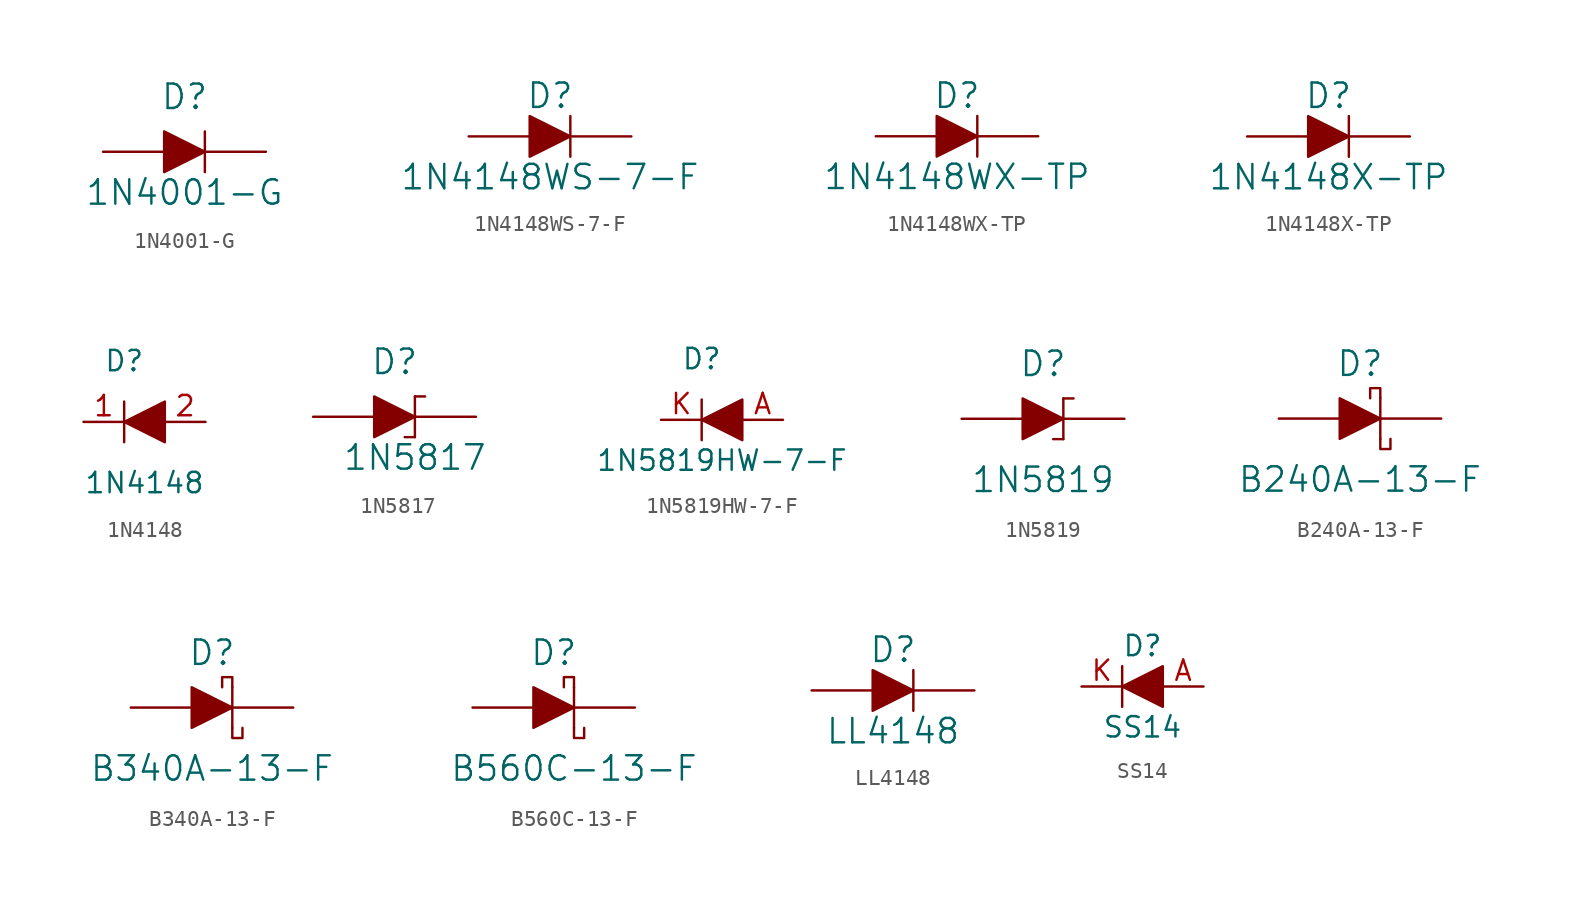
<source format=kicad_sym>
(kicad_symbol_lib
  (version 20211014)
  (generator kicad_symbol_editor)
  (symbol "1N4001-G"
    (pin_numbers hide)
    (pin_names
      (offset 0) hide)
    (property "Reference" "D"
      (at 0 2.54 0)
      (effects (font (size 1.524 1.524)) (justify bottom)))
    (property "Value" "1N4001-G"
      (at 0 -2.54 0)
      (effects (font (size 1.524 1.524))))
    (symbol "1N4001-G_0_1"
      (polyline (pts (xy 1.27 1.27) (xy 1.27 -1.27)) (stroke (width 0) (type default) (color 0 0 0 0)) (fill (type none)))
      (polyline (pts (xy -1.27 1.27) (xy -1.27 -1.27) (xy 1.27 0) (xy -1.27 1.27)) (stroke (width 0) (type default) (color 0 0 0 0)) (fill (type outline))))
    (symbol "1N4001-G_1_1"
      (pin passive line (at -5.08 0 0) (length 3.81) (name "~" (effects (font (size 1.27 1.27)))) (number "A" (effects (font (size 1.27 1.27)))))
      (pin passive line (at 5.08 0 180) (length 3.81) (name "~" (effects (font (size 1.27 1.27)))) (number "K" (effects (font (size 1.27 1.27)))))))
  (symbol "1N4148WS-7-F"
    (pin_numbers hide)
    (pin_names
      (offset 0) hide)
    (property "Reference" "D"
      (at 0 2.54 0)
      (effects (font (size 1.524 1.524))))
    (property "Value" "1N4148WS-7-F"
      (at 0 -2.54 0)
      (effects (font (size 1.524 1.524))))
    (symbol "1N4148WS-7-F_0_1"
      (polyline (pts (xy 1.27 1.27) (xy 1.27 -1.27)) (stroke (width 0) (type default) (color 0 0 0 0)) (fill (type none)))
      (polyline (pts (xy -1.27 1.27) (xy -1.27 -1.27) (xy 1.27 0) (xy -1.27 1.27)) (stroke (width 0) (type default) (color 0 0 0 0)) (fill (type outline))))
    (symbol "1N4148WS-7-F_1_1"
      (pin passive line (at -5.08 0 0) (length 3.81) (name "~" (effects (font (size 1.27 1.27)))) (number "A" (effects (font (size 1.27 1.27)))))
      (pin passive line (at 5.08 0 180) (length 3.81) (name "~" (effects (font (size 1.27 1.27)))) (number "K" (effects (font (size 1.27 1.27)))))))
  (symbol "1N4148WX-TP"
    (pin_numbers hide)
    (pin_names
      (offset 0) hide)
    (property "Reference" "D"
      (at 0 2.54 0)
      (effects (font (size 1.524 1.524))))
    (property "Value" "1N4148WX-TP"
      (at 0 -2.54 0)
      (effects (font (size 1.524 1.524))))
    (symbol "1N4148WX-TP_0_1"
      (polyline (pts (xy 1.27 1.27) (xy 1.27 -1.27)) (stroke (width 0) (type default) (color 0 0 0 0)) (fill (type none)))
      (polyline (pts (xy -1.27 1.27) (xy -1.27 -1.27) (xy 1.27 0) (xy -1.27 1.27)) (stroke (width 0) (type default) (color 0 0 0 0)) (fill (type outline))))
    (symbol "1N4148WX-TP_1_1"
      (pin passive line (at -5.08 0 0) (length 3.81) (name "~" (effects (font (size 1.27 1.27)))) (number "A" (effects (font (size 1.27 1.27)))))
      (pin passive line (at 5.08 0 180) (length 3.81) (name "~" (effects (font (size 1.27 1.27)))) (number "K" (effects (font (size 1.27 1.27)))))))
  (symbol "1N4148X-TP"
    (pin_numbers hide)
    (pin_names
      (offset 0) hide)
    (property "Reference" "D"
      (at 0 2.54 0)
      (effects (font (size 1.524 1.524))))
    (property "Value" "1N4148X-TP"
      (at 0 -2.54 0)
      (effects (font (size 1.524 1.524))))
    (symbol "1N4148X-TP_0_1"
      (polyline (pts (xy 1.27 1.27) (xy 1.27 -1.27)) (stroke (width 0) (type default) (color 0 0 0 0)) (fill (type none)))
      (polyline (pts (xy -1.27 1.27) (xy -1.27 -1.27) (xy 1.27 0) (xy -1.27 1.27)) (stroke (width 0) (type default) (color 0 0 0 0)) (fill (type outline))))
    (symbol "1N4148X-TP_1_1"
      (pin passive line (at -5.08 0 0) (length 3.81) (name "~" (effects (font (size 1.27 1.27)))) (number "A" (effects (font (size 1.27 1.27)))))
      (pin passive line (at 5.08 0 180) (length 3.81) (name "~" (effects (font (size 1.27 1.27)))) (number "K" (effects (font (size 1.27 1.27)))))))
  (symbol "1N4148"
    (pin_names
      (offset 1.016))
    (property "Reference" "D"
      (at 0 3.81 0)
      (effects (font (size 1.27 1.27))))
    (property "Value" "1N4148"
      (at 1.27 -3.81 0)
      (effects (font (size 1.27 1.27))))
    (symbol "1N4148_0_1"
      (polyline (pts (xy 0 0) (xy 2.54 0)) (stroke (width 0) (type default) (color 0 0 0 0)) (fill (type none)))
      (polyline (pts (xy 0 1.27) (xy 0 -1.27)) (stroke (width 0) (type default) (color 0 0 0 0)) (fill (type none)))
      (polyline (pts (xy 2.54 1.27) (xy 2.54 -1.27) (xy 0 0) (xy 2.54 1.27)) (stroke (width 0) (type default) (color 0 0 0 0)) (fill (type outline))))
    (symbol "1N4148_1_1"
      (pin passive line (at -2.54 0 0) (length 2.54) (name "~" (effects (font (size 1.27 1.27)))) (number "1" (effects (font (size 1.27 1.27)))))
      (pin passive line (at 5.08 0 180) (length 2.54) (name "~" (effects (font (size 1.27 1.27)))) (number "2" (effects (font (size 1.27 1.27)))))))
  (symbol "1N5817"
    (pin_numbers hide)
    (pin_names
      (offset 0) hide)
    (property "Reference" "D"
      (at 0 2.54 0)
      (effects (font (size 1.524 1.524)) (justify bottom)))
    (property "Value" "1N5817"
      (at 1.27 -2.54 0)
      (effects (font (size 1.524 1.524))))
    (symbol "1N5817_0_1"
      (polyline (pts (xy 1.27 -1.27) (xy 0.635 -1.27)) (stroke (width 0) (type default) (color 0 0 0 0)) (fill (type none)))
      (polyline (pts (xy 1.27 1.27) (xy 1.27 -1.27)) (stroke (width 0) (type default) (color 0 0 0 0)) (fill (type none)))
      (polyline (pts (xy 1.27 1.27) (xy 1.905 1.27)) (stroke (width 0) (type default) (color 0 0 0 0)) (fill (type none)))
      (polyline (pts (xy -1.27 1.27) (xy -1.27 -1.27) (xy 1.27 0) (xy -1.27 1.27)) (stroke (width 0) (type default) (color 0 0 0 0)) (fill (type outline))))
    (symbol "1N5817_1_1"
      (pin passive line (at -5.08 0 0) (length 3.81) (name "~" (effects (font (size 1.27 1.27)))) (number "A" (effects (font (size 1.27 1.27)))))
      (pin passive line (at 5.08 0 180) (length 3.81) (name "~" (effects (font (size 1.27 1.27)))) (number "K" (effects (font (size 1.27 1.27)))))))
  (symbol "1N5819HW-7-F"
    (pin_names
      (offset 1.016))
    (property "Reference" "D"
      (at 0 3.81 0)
      (effects (font (size 1.27 1.27))))
    (property "Value" "1N5819HW-7-F"
      (at 1.27 -2.54 0)
      (effects (font (size 1.27 1.27))))
    (symbol "1N5819HW-7-F_0_1"
      (polyline (pts (xy 0 0) (xy 2.54 0)) (stroke (width 0) (type default) (color 0 0 0 0)) (fill (type none)))
      (polyline (pts (xy 0 1.27) (xy 0 -1.27)) (stroke (width 0) (type default) (color 0 0 0 0)) (fill (type none)))
      (polyline (pts (xy 2.54 1.27) (xy 2.54 -1.27) (xy 0 0) (xy 2.54 1.27)) (stroke (width 0) (type default) (color 0 0 0 0)) (fill (type outline))))
    (symbol "1N5819HW-7-F_1_1"
      (pin passive line (at 5.08 0 180) (length 2.54) (name "~" (effects (font (size 1.27 1.27)))) (number "A" (effects (font (size 1.27 1.27)))))
      (pin passive line (at -2.54 0 0) (length 2.54) (name "~" (effects (font (size 1.27 1.27)))) (number "K" (effects (font (size 1.27 1.27)))))))
  (symbol "1N5819"
    (pin_numbers hide)
    (pin_names
      (offset 0) hide)
    (property "Reference" "D"
      (at 0 2.54 0)
      (effects (font (size 1.524 1.524)) (justify bottom)))
    (property "Value" "1N5819"
      (at 0 -3.81 0)
      (effects (font (size 1.524 1.524))))
    (symbol "1N5819_0_1"
      (polyline (pts (xy 1.27 -1.27) (xy 0.635 -1.27)) (stroke (width 0) (type default) (color 0 0 0 0)) (fill (type none)))
      (polyline (pts (xy 1.27 1.27) (xy 1.27 -1.27)) (stroke (width 0) (type default) (color 0 0 0 0)) (fill (type none)))
      (polyline (pts (xy 1.27 1.27) (xy 1.905 1.27)) (stroke (width 0) (type default) (color 0 0 0 0)) (fill (type none)))
      (polyline (pts (xy -1.27 1.27) (xy -1.27 -1.27) (xy 1.27 0) (xy -1.27 1.27)) (stroke (width 0) (type default) (color 0 0 0 0)) (fill (type outline))))
    (symbol "1N5819_1_1"
      (pin passive line (at -5.08 0 0) (length 3.81) (name "~" (effects (font (size 1.27 1.27)))) (number "A" (effects (font (size 1.27 1.27)))))
      (pin passive line (at 5.08 0 180) (length 3.81) (name "~" (effects (font (size 1.27 1.27)))) (number "K" (effects (font (size 1.27 1.27)))))))
  (symbol "B240A-13-F"
    (pin_numbers hide)
    (pin_names
      (offset 0) hide)
    (property "Reference" "D"
      (at 0 2.54 0)
      (effects (font (size 1.524 1.524)) (justify bottom)))
    (property "Value" "B240A-13-F"
      (at 0 -3.81 0)
      (effects (font (size 1.524 1.524))))
    (symbol "B240A-13-F_0_1"
      (polyline (pts (xy 1.27 1.27) (xy 1.27 -1.27)) (stroke (width 0) (type default) (color 0 0 0 0)) (fill (type none)))
      (polyline (pts (xy -1.27 1.27) (xy -1.27 -1.27) (xy 1.27 0) (xy -1.27 1.27)) (stroke (width 0) (type default) (color 0 0 0 0)) (fill (type outline)))
      (polyline (pts (xy 1.27 -1.27) (xy 1.27 -1.905) (xy 1.905 -1.905) (xy 1.905 -1.27)) (stroke (width 0) (type default) (color 0 0 0 0)) (fill (type none)))
      (polyline (pts (xy 1.27 1.27) (xy 1.27 1.905) (xy 0.635 1.905) (xy 0.635 1.27)) (stroke (width 0) (type default) (color 0 0 0 0)) (fill (type none))))
    (symbol "B240A-13-F_1_1"
      (pin passive line (at -5.08 0 0) (length 3.81) (name "~" (effects (font (size 1.27 1.27)))) (number "A" (effects (font (size 1.27 1.27)))))
      (pin passive line (at 5.08 0 180) (length 3.81) (name "~" (effects (font (size 1.27 1.27)))) (number "K" (effects (font (size 1.27 1.27)))))))
  (symbol "B340A-13-F"
    (pin_numbers hide)
    (pin_names
      (offset 0) hide)
    (property "Reference" "D"
      (at 0 2.54 0)
      (effects (font (size 1.524 1.524)) (justify bottom)))
    (property "Value" "B340A-13-F"
      (at 0 -3.81 0)
      (effects (font (size 1.524 1.524))))
    (symbol "B340A-13-F_0_1"
      (polyline (pts (xy 1.27 1.27) (xy 1.27 -1.27)) (stroke (width 0) (type default) (color 0 0 0 0)) (fill (type none)))
      (polyline (pts (xy -1.27 1.27) (xy -1.27 -1.27) (xy 1.27 0) (xy -1.27 1.27)) (stroke (width 0) (type default) (color 0 0 0 0)) (fill (type outline)))
      (polyline (pts (xy 1.27 -1.27) (xy 1.27 -1.905) (xy 1.905 -1.905) (xy 1.905 -1.27)) (stroke (width 0) (type default) (color 0 0 0 0)) (fill (type none)))
      (polyline (pts (xy 1.27 1.27) (xy 1.27 1.905) (xy 0.635 1.905) (xy 0.635 1.27)) (stroke (width 0) (type default) (color 0 0 0 0)) (fill (type none))))
    (symbol "B340A-13-F_1_1"
      (pin passive line (at -5.08 0 0) (length 3.81) (name "~" (effects (font (size 1.27 1.27)))) (number "A" (effects (font (size 1.27 1.27)))))
      (pin passive line (at 5.08 0 180) (length 3.81) (name "~" (effects (font (size 1.27 1.27)))) (number "K" (effects (font (size 1.27 1.27)))))))
  (symbol "B560C-13-F"
    (pin_numbers hide)
    (pin_names
      (offset 0) hide)
    (property "Reference" "D"
      (at 0 2.54 0)
      (effects (font (size 1.524 1.524)) (justify bottom)))
    (property "Value" "B560C-13-F"
      (at 1.27 -3.81 0)
      (effects (font (size 1.524 1.524))))
    (symbol "B560C-13-F_0_1"
      (polyline (pts (xy 1.27 1.27) (xy 1.27 -1.27)) (stroke (width 0) (type default) (color 0 0 0 0)) (fill (type none)))
      (polyline (pts (xy -1.27 1.27) (xy -1.27 -1.27) (xy 1.27 0) (xy -1.27 1.27)) (stroke (width 0) (type default) (color 0 0 0 0)) (fill (type outline)))
      (polyline (pts (xy 1.27 -1.27) (xy 1.27 -1.905) (xy 1.905 -1.905) (xy 1.905 -1.27)) (stroke (width 0) (type default) (color 0 0 0 0)) (fill (type none)))
      (polyline (pts (xy 1.27 1.27) (xy 1.27 1.905) (xy 0.635 1.905) (xy 0.635 1.27)) (stroke (width 0) (type default) (color 0 0 0 0)) (fill (type none))))
    (symbol "B560C-13-F_1_1"
      (pin passive line (at -5.08 0 0) (length 3.81) (name "~" (effects (font (size 1.27 1.27)))) (number "A" (effects (font (size 1.27 1.27)))))
      (pin passive line (at 5.08 0 180) (length 3.81) (name "~" (effects (font (size 1.27 1.27)))) (number "K" (effects (font (size 1.27 1.27)))))))
  (symbol "LL4148"
    (pin_numbers hide)
    (pin_names
      (offset 0) hide)
    (property "Reference" "D"
      (at 0 2.54 0)
      (effects (font (size 1.524 1.524))))
    (property "Value" "LL4148"
      (at 0 -2.54 0)
      (effects (font (size 1.524 1.524))))
    (symbol "LL4148_0_1"
      (polyline (pts (xy 1.27 1.27) (xy 1.27 -1.27)) (stroke (width 0) (type default) (color 0 0 0 0)) (fill (type none)))
      (polyline (pts (xy -1.27 1.27) (xy -1.27 -1.27) (xy 1.27 0) (xy -1.27 1.27)) (stroke (width 0) (type default) (color 0 0 0 0)) (fill (type outline))))
    (symbol "LL4148_1_1"
      (pin passive line (at -5.08 0 0) (length 3.81) (name "~" (effects (font (size 1.27 1.27)))) (number "A" (effects (font (size 1.27 1.27)))))
      (pin passive line (at 5.08 0 180) (length 3.81) (name "~" (effects (font (size 1.27 1.27)))) (number "K" (effects (font (size 1.27 1.27)))))))
  (symbol "SS14"
    (pin_names
      (offset 1.016))
    (property "Reference" "D"
      (at 1.27 2.54 0)
      (effects (font (size 1.27 1.27))))
    (property "Value" "SS14"
      (at 1.27 -2.54 0)
      (effects (font (size 1.27 1.27))))
    (symbol "SS14_0_1"
      (polyline (pts (xy 0 0) (xy 2.54 0)) (stroke (width 0) (type default) (color 0 0 0 0)) (fill (type none)))
      (polyline (pts (xy 0 1.27) (xy 0 -1.27)) (stroke (width 0) (type default) (color 0 0 0 0)) (fill (type none)))
      (polyline (pts (xy 2.54 1.27) (xy 2.54 -1.27) (xy 0 0) (xy 2.54 1.27)) (stroke (width 0) (type default) (color 0 0 0 0)) (fill (type outline))))
    (symbol "SS14_1_1"
      (pin passive line (at 5.08 0 180) (length 2.54) (name "~" (effects (font (size 1.27 1.27)))) (number "A" (effects (font (size 1.27 1.27)))))
      (pin passive line (at -2.54 0 0) (length 2.54) (name "~" (effects (font (size 1.27 1.27)))) (number "K" (effects (font (size 1.27 1.27))))))))
</source>
